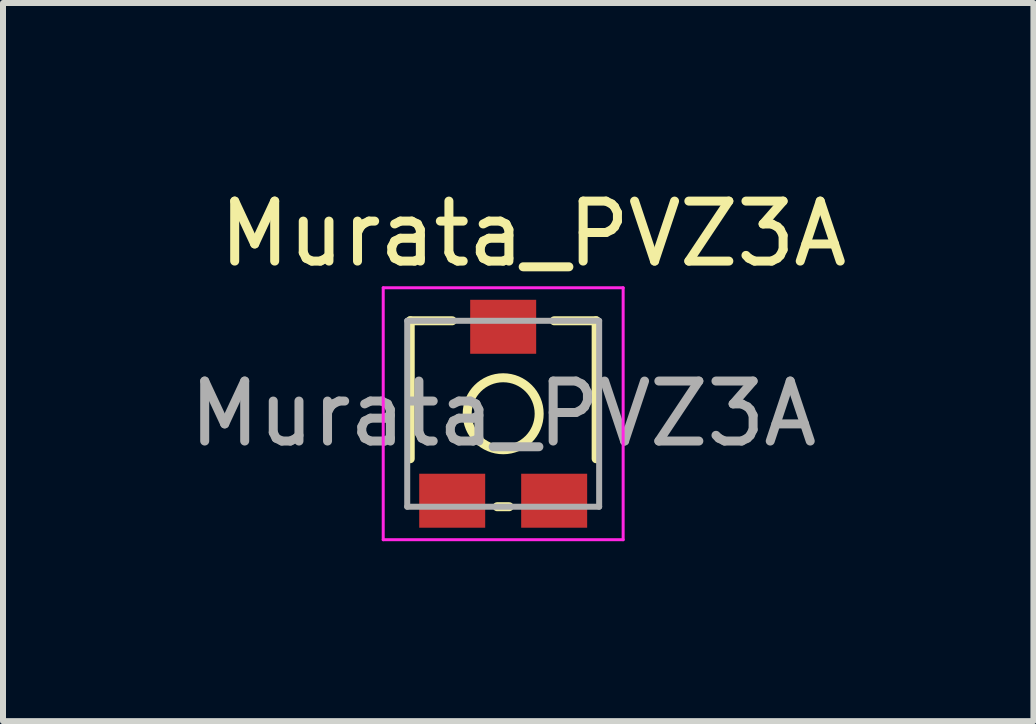
<source format=kicad_pcb>
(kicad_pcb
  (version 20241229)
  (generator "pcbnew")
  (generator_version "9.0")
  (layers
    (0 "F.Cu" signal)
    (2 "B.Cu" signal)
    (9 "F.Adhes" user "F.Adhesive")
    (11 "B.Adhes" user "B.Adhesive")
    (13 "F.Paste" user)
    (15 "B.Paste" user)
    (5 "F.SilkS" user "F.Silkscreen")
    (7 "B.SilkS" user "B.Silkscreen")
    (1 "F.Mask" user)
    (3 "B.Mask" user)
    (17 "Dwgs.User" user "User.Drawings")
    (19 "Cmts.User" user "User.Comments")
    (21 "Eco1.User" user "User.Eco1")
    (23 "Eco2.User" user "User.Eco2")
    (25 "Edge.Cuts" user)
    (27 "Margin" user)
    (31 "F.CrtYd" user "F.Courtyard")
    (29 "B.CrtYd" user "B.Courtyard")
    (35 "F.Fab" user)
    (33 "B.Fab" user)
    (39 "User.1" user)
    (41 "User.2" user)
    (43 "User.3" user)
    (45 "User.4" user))
  (footprint "Murata_PVZ3A"
    (layer "F.Cu")
    (at 5.339 3.848)
    (property "Reference" "Murata_PVZ3A" (at 0.5 -3 0) (layer "F.SilkS") (effects (font (size 1 1) (thickness 0.15))))
    (attr smd)
    (fp_line (start -1.55 -1.55) (end -0.85 -1.55) (stroke (width 0.15) (type solid)) (layer "F.SilkS"))
    (fp_line (start -1.55 0.75) (end -1.55 -1.55) (stroke (width 0.15) (type solid)) (layer "F.SilkS"))
    (fp_line (start 0.1 1.55) (end -0.1 1.55) (stroke (width 0.15) (type solid)) (layer "F.SilkS"))
    (fp_line (start 1.55 -1.55) (end 0.85 -1.55) (stroke (width 0.15) (type solid)) (layer "F.SilkS"))
    (fp_line (start 1.55 0.75) (end 1.55 -1.55) (stroke (width 0.15) (type solid)) (layer "F.SilkS"))
    (fp_circle (center 0 0) (end 0.6 0) (stroke (width 0.15) (type solid)) (fill no) (layer "F.SilkS"))
    (fp_line (start -2 -2.1) (end -2 2.1) (stroke (width 0.05) (type solid)) (layer "F.CrtYd"))
    (fp_line (start -2 2.1) (end 2 2.1) (stroke (width 0.05) (type solid)) (layer "F.CrtYd"))
    (fp_line (start 2 -2.1) (end -2 -2.1) (stroke (width 0.05) (type solid)) (layer "F.CrtYd"))
    (fp_line (start 2 2.1) (end 2 -2.1) (stroke (width 0.05) (type solid)) (layer "F.CrtYd"))
    (fp_line (start -1.6 -1.55) (end -1.6 1.55) (stroke (width 0.1) (type solid)) (layer "F.Fab"))
    (fp_line (start -1.6 1.55) (end 1.6 1.55) (stroke (width 0.1) (type solid)) (layer "F.Fab"))
    (fp_line (start 1.6 -1.55) (end -1.6 -1.55) (stroke (width 0.1) (type solid)) (layer "F.Fab"))
    (fp_line (start 1.6 1.55) (end 1.6 -1.55) (stroke (width 0.1) (type solid)) (layer "F.Fab"))
    (fp_text user "${REFERENCE}" (at 0 0 0) (layer "F.Fab") (effects (font (size 1 1) (thickness 0.15))))
    (pad "1" smd rect (at -0.85 1.45) (size 1.1 0.9) (layers "F.Cu" "F.Mask" "F.Paste"))
    (pad "2" smd rect (at 0 -1.45) (size 1.1 0.9) (layers "F.Cu" "F.Mask" "F.Paste"))
    (pad "3" smd rect (at 0.85 1.45) (size 1.1 0.9) (layers "F.Cu" "F.Mask" "F.Paste")))
  (gr_rect
    (start -3 -3)
    (end 14.179 8.973)
    (stroke (width 0.1) (type default))
    (fill no)
    (layer "Edge.Cuts")))
</source>
